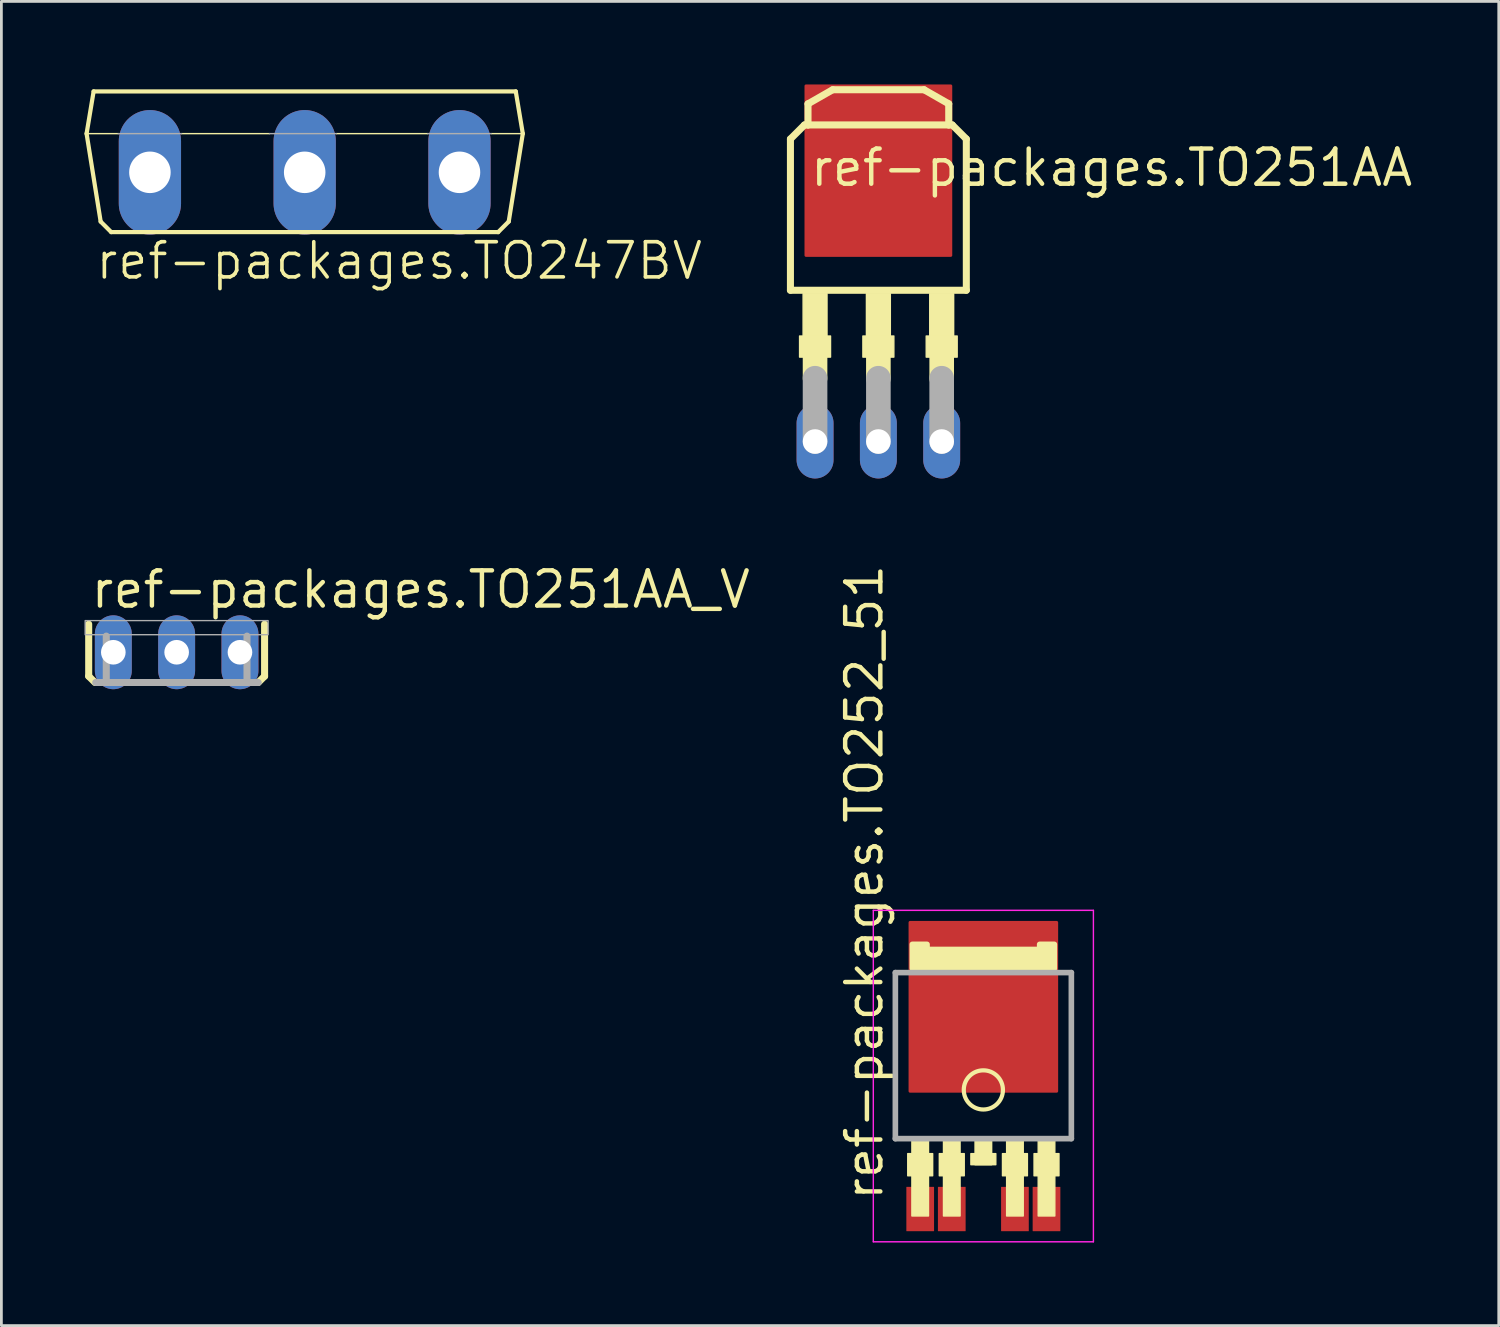
<source format=kicad_pcb>
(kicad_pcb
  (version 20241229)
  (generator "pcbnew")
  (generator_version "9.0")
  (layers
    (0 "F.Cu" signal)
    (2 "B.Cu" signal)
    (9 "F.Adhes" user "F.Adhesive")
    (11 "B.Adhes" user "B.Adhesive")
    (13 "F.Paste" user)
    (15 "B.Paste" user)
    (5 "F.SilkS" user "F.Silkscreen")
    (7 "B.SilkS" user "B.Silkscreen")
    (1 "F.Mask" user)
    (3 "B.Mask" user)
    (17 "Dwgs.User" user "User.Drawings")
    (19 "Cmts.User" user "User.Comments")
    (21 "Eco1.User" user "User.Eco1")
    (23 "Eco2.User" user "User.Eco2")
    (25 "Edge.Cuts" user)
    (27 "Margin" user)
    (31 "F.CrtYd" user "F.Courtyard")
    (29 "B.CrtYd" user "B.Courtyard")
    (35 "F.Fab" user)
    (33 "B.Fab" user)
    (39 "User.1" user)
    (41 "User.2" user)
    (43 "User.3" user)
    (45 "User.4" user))
  (footprint "ref-packages.TO251AA_V"
    (layer "F.Cu")
    (at 3.327 20.498)
    (property "Reference" "ref-packages.TO251AA_V" (at -3.175 -1.524 0) (layer "F.SilkS") (effects (font (size 1.27 1.27) (thickness 0.16)) (justify left bottom)))
    (attr through_hole)
    (fp_line (start -3.175 -1.016) (end -3.175 0.864) (stroke (width 0.254) (type default)) (layer "F.SilkS"))
    (fp_line (start -2.946 1.092) (end -3.175 0.864) (stroke (width 0.254) (type default)) (layer "F.SilkS"))
    (fp_line (start 3.175 0.864) (end 2.946 1.092) (stroke (width 0.254) (type default)) (layer "F.SilkS"))
    (fp_line (start 3.175 0.864) (end 3.175 -1.016) (stroke (width 0.254) (type default)) (layer "F.SilkS"))
    (fp_line (start -2.921 1.092) (end -2.54 1.092) (stroke (width 0.254) (type default)) (layer "F.Fab"))
    (fp_line (start -2.54 1.092) (end -2.54 -0.584) (stroke (width 0.254) (type default)) (layer "F.Fab"))
    (fp_line (start -2.54 1.092) (end 2.54 1.092) (stroke (width 0.254) (type default)) (layer "F.Fab"))
    (fp_line (start 2.54 -0.584) (end 2.54 1.092) (stroke (width 0.254) (type default)) (layer "F.Fab"))
    (fp_line (start 2.54 1.092) (end 2.946 1.092) (stroke (width 0.254) (type default)) (layer "F.Fab"))
    (fp_rect (start -3.302 -0.635) (end 3.302 -1.143) (stroke (width 0.05) (type default)) (fill no) (layer "F.Fab"))
    (pad "1" thru_hole oval (at -2.286 0 90) (size 2.667 1.333) (drill 0.889) (layers "*.Cu" "*.Mask"))
    (pad "2" thru_hole oval (at 0 0 90) (size 2.667 1.333) (drill 0.889) (layers "*.Cu" "*.Mask"))
    (pad "3" thru_hole oval (at 2.286 0 90) (size 2.667 1.333) (drill 0.889) (layers "*.Cu" "*.Mask")))
  (footprint "ref-packages.TO252_51"
    (layer "F.Cu")
    (at 32.451 35.798)
    (property "Reference" "ref-packages.TO252_51" (at -3.556 4.572 90) (layer "F.SilkS") (effects (font (size 1.27 1.27) (thickness 0.16)) (justify left bottom)))
    (attr smd)
    (fp_rect (start -2.73 3.6) (end -1.83 2.8) (stroke (width 0.05) (type default)) (fill yes) (layer "F.SilkS"))
    (fp_rect (start -2.58 5.05) (end -1.98 2.2) (stroke (width 0.05) (type default)) (fill yes) (layer "F.SilkS"))
    (fp_rect (start -1.59 3.6) (end -0.69 2.8) (stroke (width 0.05) (type default)) (fill yes) (layer "F.SilkS"))
    (fp_rect (start -1.44 5.05) (end -0.84 2.2) (stroke (width 0.05) (type default)) (fill yes) (layer "F.SilkS"))
    (fp_rect (start -0.45 3.2) (end 0.45 2.8) (stroke (width 0.05) (type default)) (fill yes) (layer "F.SilkS"))
    (fp_rect (start -0.3 3.2) (end 0.3 2.2) (stroke (width 0.05) (type default)) (fill yes) (layer "F.SilkS"))
    (fp_rect (start 0.69 3.6) (end 1.59 2.8) (stroke (width 0.05) (type default)) (fill yes) (layer "F.SilkS"))
    (fp_rect (start 0.84 5.05) (end 1.44 2.2) (stroke (width 0.05) (type default)) (fill yes) (layer "F.SilkS"))
    (fp_rect (start 1.83 3.6) (end 2.73 2.8) (stroke (width 0.05) (type default)) (fill yes) (layer "F.SilkS"))
    (fp_rect (start 1.98 5.05) (end 2.58 2.2) (stroke (width 0.05) (type default)) (fill yes) (layer "F.SilkS"))
    (fp_circle (center 0 0.5) (end 0.707 0.5) (stroke (width 0.152) (type default)) (fill no) (layer "F.SilkS"))
    (fp_poly (pts (xy -2.565 -3.887) (xy -2.565 -4.756) (xy -2.032 -4.756) (xy -2.032 -4.572) (xy 2.032 -4.572) (xy 2.032 -4.756) (xy 2.565 -4.756) (xy 2.565 -3.887)) (stroke (width 0.2) (type default)) (fill yes) (layer "F.SilkS"))
    (fp_line (start -3.973 -5.983) (end 3.973 -5.983) (stroke (width 0.051) (type default)) (layer "F.CrtYd"))
    (fp_line (start -3.973 5.983) (end -3.973 -5.983) (stroke (width 0.051) (type default)) (layer "F.CrtYd"))
    (fp_line (start 3.973 -5.983) (end 3.973 5.983) (stroke (width 0.051) (type default)) (layer "F.CrtYd"))
    (fp_line (start 3.973 5.983) (end -3.973 5.983) (stroke (width 0.051) (type default)) (layer "F.CrtYd"))
    (fp_line (start -3.177 -3.735) (end 3.177 -3.735) (stroke (width 0.203) (type default)) (layer "F.Fab"))
    (fp_line (start -3.177 2.26) (end -3.177 -3.735) (stroke (width 0.203) (type default)) (layer "F.Fab"))
    (fp_line (start 3.177 -3.735) (end 3.177 2.259) (stroke (width 0.203) (type default)) (layer "F.Fab"))
    (fp_line (start 3.177 2.259) (end -3.178 2.259) (stroke (width 0.203) (type default)) (layer "F.Fab"))
    (pad "1" smd roundrect (at -2.28 4.8) (size 1 1.6) (layers "F.Cu" "F.Mask" "F.Paste") (roundrect_rratio 0.01))
    (pad "2" smd roundrect (at -1.14 4.8) (size 1 1.6) (layers "F.Cu" "F.Mask" "F.Paste") (roundrect_rratio 0.01))
    (pad "3" smd roundrect (at 1.14 4.8) (size 1 1.6) (layers "F.Cu" "F.Mask" "F.Paste") (roundrect_rratio 0.01))
    (pad "4" smd roundrect (at 2.28 4.8) (size 1 1.6) (layers "F.Cu" "F.Mask" "F.Paste") (roundrect_rratio 0.01))
    (pad "5" smd roundrect (at 0 -2.5) (size 5.4 6.2) (layers "F.Cu" "F.Mask" "F.Paste") (roundrect_rratio 0.01)))
  (footprint "ref-packages.TO251AA"
    (layer "F.Cu")
    (at 28.661 7.556)
    (property "Reference" "ref-packages.TO251AA" (at -2.54 -3.81 0) (layer "F.SilkS") (effects (font (size 1.27 1.27) (thickness 0.16)) (justify left bottom)))
    (attr smd)
    (fp_line (start -3.175 -5.588) (end -3.175 -0.127) (stroke (width 0.254) (type default)) (layer "F.SilkS"))
    (fp_line (start -3.175 -0.127) (end 3.175 -0.127) (stroke (width 0.254) (type default)) (layer "F.SilkS"))
    (fp_line (start -2.667 -6.096) (end -3.175 -5.588) (stroke (width 0.254) (type default)) (layer "F.SilkS"))
    (fp_line (start -2.54 -6.858) (end -1.651 -7.366) (stroke (width 0.254) (type default)) (layer "F.SilkS"))
    (fp_line (start -2.54 -6.096) (end -2.667 -6.096) (stroke (width 0.254) (type default)) (layer "F.SilkS"))
    (fp_line (start -2.54 -6.096) (end -2.54 -6.858) (stroke (width 0.254) (type default)) (layer "F.SilkS"))
    (fp_line (start -2.286 3.048) (end -2.286 2.286) (stroke (width 0.889) (type default)) (layer "F.SilkS"))
    (fp_line (start -1.651 -7.366) (end 1.651 -7.366) (stroke (width 0.254) (type default)) (layer "F.SilkS"))
    (fp_line (start 0 3.048) (end 0 2.286) (stroke (width 0.889) (type default)) (layer "F.SilkS"))
    (fp_line (start 1.651 -7.366) (end 2.54 -6.858) (stroke (width 0.254) (type default)) (layer "F.SilkS"))
    (fp_line (start 2.286 3.048) (end 2.286 2.286) (stroke (width 0.889) (type default)) (layer "F.SilkS"))
    (fp_line (start 2.54 -6.858) (end 2.54 -6.096) (stroke (width 0.254) (type default)) (layer "F.SilkS"))
    (fp_line (start 2.54 -6.096) (end -2.54 -6.096) (stroke (width 0.254) (type default)) (layer "F.SilkS"))
    (fp_line (start 2.667 -6.096) (end 2.54 -6.096) (stroke (width 0.254) (type default)) (layer "F.SilkS"))
    (fp_line (start 3.175 -5.588) (end 2.667 -6.096) (stroke (width 0.254) (type default)) (layer "F.SilkS"))
    (fp_line (start 3.175 -0.127) (end 3.175 -5.588) (stroke (width 0.254) (type default)) (layer "F.SilkS"))
    (fp_rect (start -2.845 2.286) (end -1.727 1.524) (stroke (width 0.05) (type default)) (fill yes) (layer "F.SilkS"))
    (fp_rect (start -2.718 1.524) (end -1.854 0) (stroke (width 0.05) (type default)) (fill yes) (layer "F.SilkS"))
    (fp_rect (start -0.559 2.286) (end 0.559 1.524) (stroke (width 0.05) (type default)) (fill yes) (layer "F.SilkS"))
    (fp_rect (start -0.432 1.524) (end 0.432 0) (stroke (width 0.05) (type default)) (fill yes) (layer "F.SilkS"))
    (fp_rect (start 1.727 2.286) (end 2.845 1.524) (stroke (width 0.05) (type default)) (fill yes) (layer "F.SilkS"))
    (fp_rect (start 1.854 1.524) (end 2.718 0) (stroke (width 0.05) (type default)) (fill yes) (layer "F.SilkS"))
    (fp_line (start -2.286 5.334) (end -2.286 3.048) (stroke (width 0.889) (type default)) (layer "F.Fab"))
    (fp_line (start 0 5.334) (end 0 3.048) (stroke (width 0.889) (type default)) (layer "F.Fab"))
    (fp_line (start 2.286 5.334) (end 2.286 3.048) (stroke (width 0.889) (type default)) (layer "F.Fab"))
    (pad "1" thru_hole oval (at -2.286 5.334 90) (size 2.667 1.333) (drill 0.889) (layers "*.Cu" "*.Mask"))
    (pad "2" thru_hole oval (at 0 5.334 90) (size 2.667 1.333) (drill 0.889) (layers "*.Cu" "*.Mask"))
    (pad "3" thru_hole oval (at 2.286 5.334 90) (size 2.667 1.333) (drill 0.889) (layers "*.Cu" "*.Mask"))
    (pad "4" smd roundrect (at 0 -4.445) (size 5.334 6.223) (layers "F.Cu" "F.Mask" "F.Paste") (roundrect_rratio 0.01)))
  (footprint "ref-packages.TO247BV"
    (layer "F.Cu")
    (at 7.95 0.25)
    (property "Reference" "ref-packages.TO247BV" (at -7.62 6.858 0) (layer "F.SilkS") (effects (font (size 1.27 1.27) (thickness 0.13)) (justify left bottom)))
    (attr through_hole)
    (fp_line (start -7.874 1.524) (end -6.731 1.524) (stroke (width 0.051) (type default)) (layer "F.SilkS"))
    (fp_line (start -7.62 0) (end -7.874 1.524) (stroke (width 0.152) (type default)) (layer "F.SilkS"))
    (fp_line (start -7.366 4.699) (end -7.874 1.524) (stroke (width 0.152) (type default)) (layer "F.SilkS"))
    (fp_line (start -6.985 5.08) (end -7.366 4.699) (stroke (width 0.152) (type default)) (layer "F.SilkS"))
    (fp_line (start -6.985 5.08) (end 6.985 5.08) (stroke (width 0.152) (type default)) (layer "F.SilkS"))
    (fp_line (start -4.445 1.524) (end -1.27 1.524) (stroke (width 0.051) (type default)) (layer "F.SilkS"))
    (fp_line (start 1.143 1.524) (end 4.445 1.524) (stroke (width 0.051) (type default)) (layer "F.SilkS"))
    (fp_line (start 6.731 1.524) (end 7.874 1.524) (stroke (width 0.051) (type default)) (layer "F.SilkS"))
    (fp_line (start 6.985 5.08) (end 7.366 4.699) (stroke (width 0.152) (type default)) (layer "F.SilkS"))
    (fp_line (start 7.366 4.699) (end 7.874 1.524) (stroke (width 0.152) (type default)) (layer "F.SilkS"))
    (fp_line (start 7.62 0) (end -7.62 0) (stroke (width 0.152) (type default)) (layer "F.SilkS"))
    (fp_line (start 7.874 1.524) (end 7.62 0) (stroke (width 0.152) (type default)) (layer "F.SilkS"))
    (fp_line (start -6.731 1.524) (end -4.445 1.524) (stroke (width 0.051) (type default)) (layer "F.Fab"))
    (fp_line (start -1.27 1.524) (end 1.143 1.524) (stroke (width 0.051) (type default)) (layer "F.Fab"))
    (fp_line (start 4.445 1.524) (end 6.731 1.524) (stroke (width 0.051) (type default)) (layer "F.Fab"))
    (pad "D" thru_hole oval (at 0 2.921 90) (size 4.496 2.248) (drill 1.499) (layers "*.Cu" "*.Mask"))
    (pad "G" thru_hole oval (at -5.588 2.921 90) (size 4.496 2.248) (drill 1.499) (layers "*.Cu" "*.Mask"))
    (pad "S" thru_hole oval (at 5.588 2.921 90) (size 4.496 2.248) (drill 1.499) (layers "*.Cu" "*.Mask")))
  (gr_rect
    (start -3 -3)
    (end 51.058 44.807)
    (stroke (width 0.1) (type default))
    (fill no)
    (layer "Edge.Cuts")))
</source>
